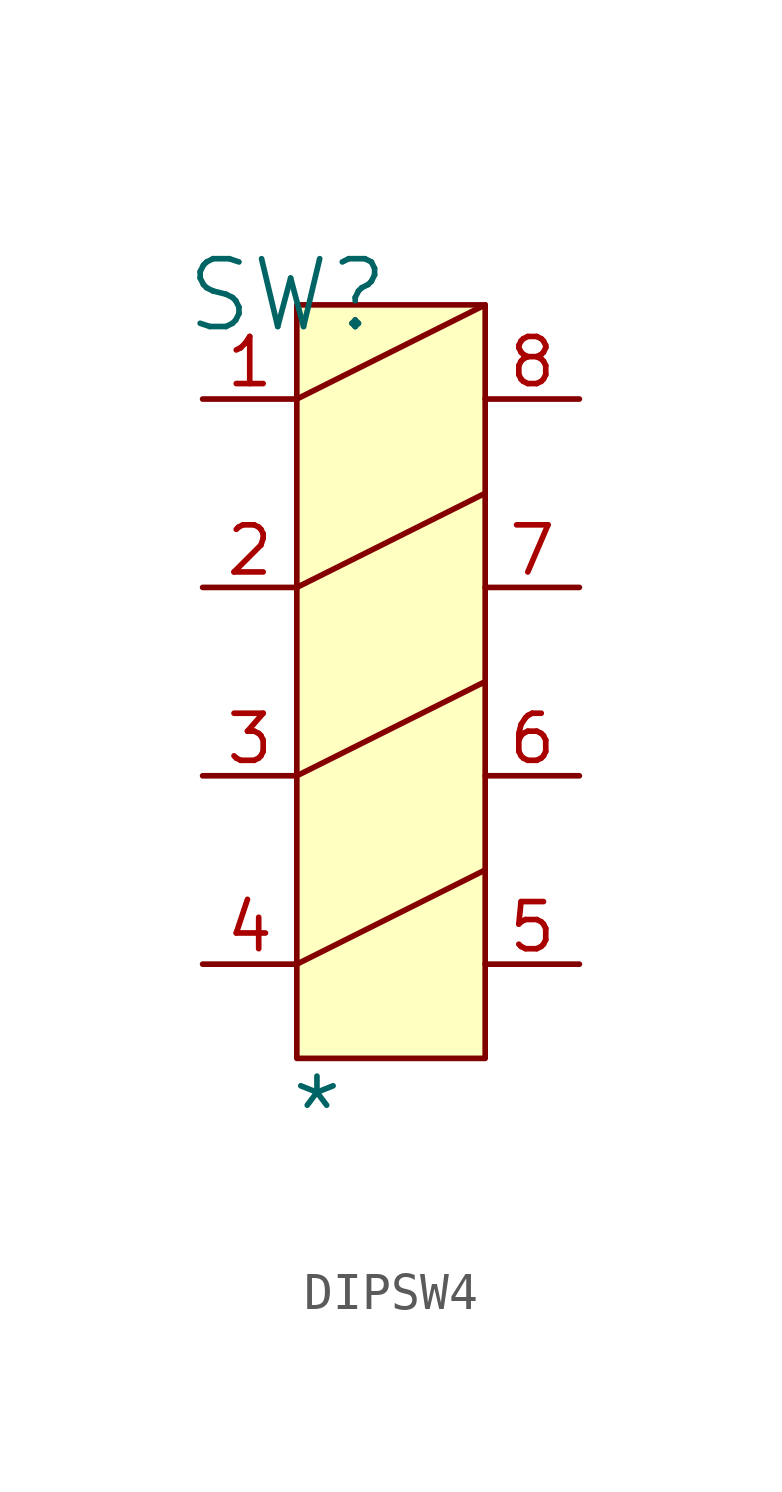
<source format=kicad_sym>
(kicad_symbol_lib
  (version 20241209)
  (generator "kicad_symbol_editor")
  (generator_version "9.0")
  (symbol "DIPSW4"
    (pin_names
      (hide yes))
    (property "Reference" "SW"
      (at -0.254 0.254 0)
      (effects (font (size 1.829 1.829))))
    (property "Value" "*"
      (at -0.254 -22.86 0)
      (effects (font (size 1.829 1.829)) (justify left bottom)))
    (symbol "DIPSW4_1_0"
      (polyline (pts (xy 0 -2.54) (xy 5.08 0)) (stroke (width 0) (type solid)) (fill (type none)))
      (polyline (pts (xy 0 -7.62) (xy 5.08 -5.08)) (stroke (width 0) (type solid)) (fill (type none)))
      (polyline (pts (xy 0 -12.7) (xy 5.08 -10.16)) (stroke (width 0) (type solid)) (fill (type none)))
      (polyline (pts (xy 0 -17.78) (xy 5.08 -15.24)) (stroke (width 0) (type solid)) (fill (type none)))
      (rectangle (start 5.08 0) (end 0 -20.32) (stroke (width 0) (type solid) (color 128 0 0 1)) (fill (type background)))
      (pin passive line (at -2.54 -2.54 0) (length 2.54) (name "1" (effects (font (size 1.27 1.27)))) (number "1" (effects (font (size 1.27 1.27)))))
      (pin passive line (at -2.54 -7.62 0) (length 2.54) (name "2" (effects (font (size 1.27 1.27)))) (number "2" (effects (font (size 1.27 1.27)))))
      (pin passive line (at -2.54 -12.7 0) (length 2.54) (name "3" (effects (font (size 1.27 1.27)))) (number "3" (effects (font (size 1.27 1.27)))))
      (pin passive line (at -2.54 -17.78 0) (length 2.54) (name "4" (effects (font (size 1.27 1.27)))) (number "4" (effects (font (size 1.27 1.27)))))
      (pin passive line (at 7.62 -2.54 180) (length 2.54) (name "8" (effects (font (size 1.27 1.27)))) (number "8" (effects (font (size 1.27 1.27)))))
      (pin passive line (at 7.62 -7.62 180) (length 2.54) (name "7" (effects (font (size 1.27 1.27)))) (number "7" (effects (font (size 1.27 1.27)))))
      (pin passive line (at 7.62 -12.7 180) (length 2.54) (name "6" (effects (font (size 1.27 1.27)))) (number "6" (effects (font (size 1.27 1.27)))))
      (pin passive line (at 7.62 -17.78 180) (length 2.54) (name "5" (effects (font (size 1.27 1.27)))) (number "5" (effects (font (size 1.27 1.27))))))))
</source>
